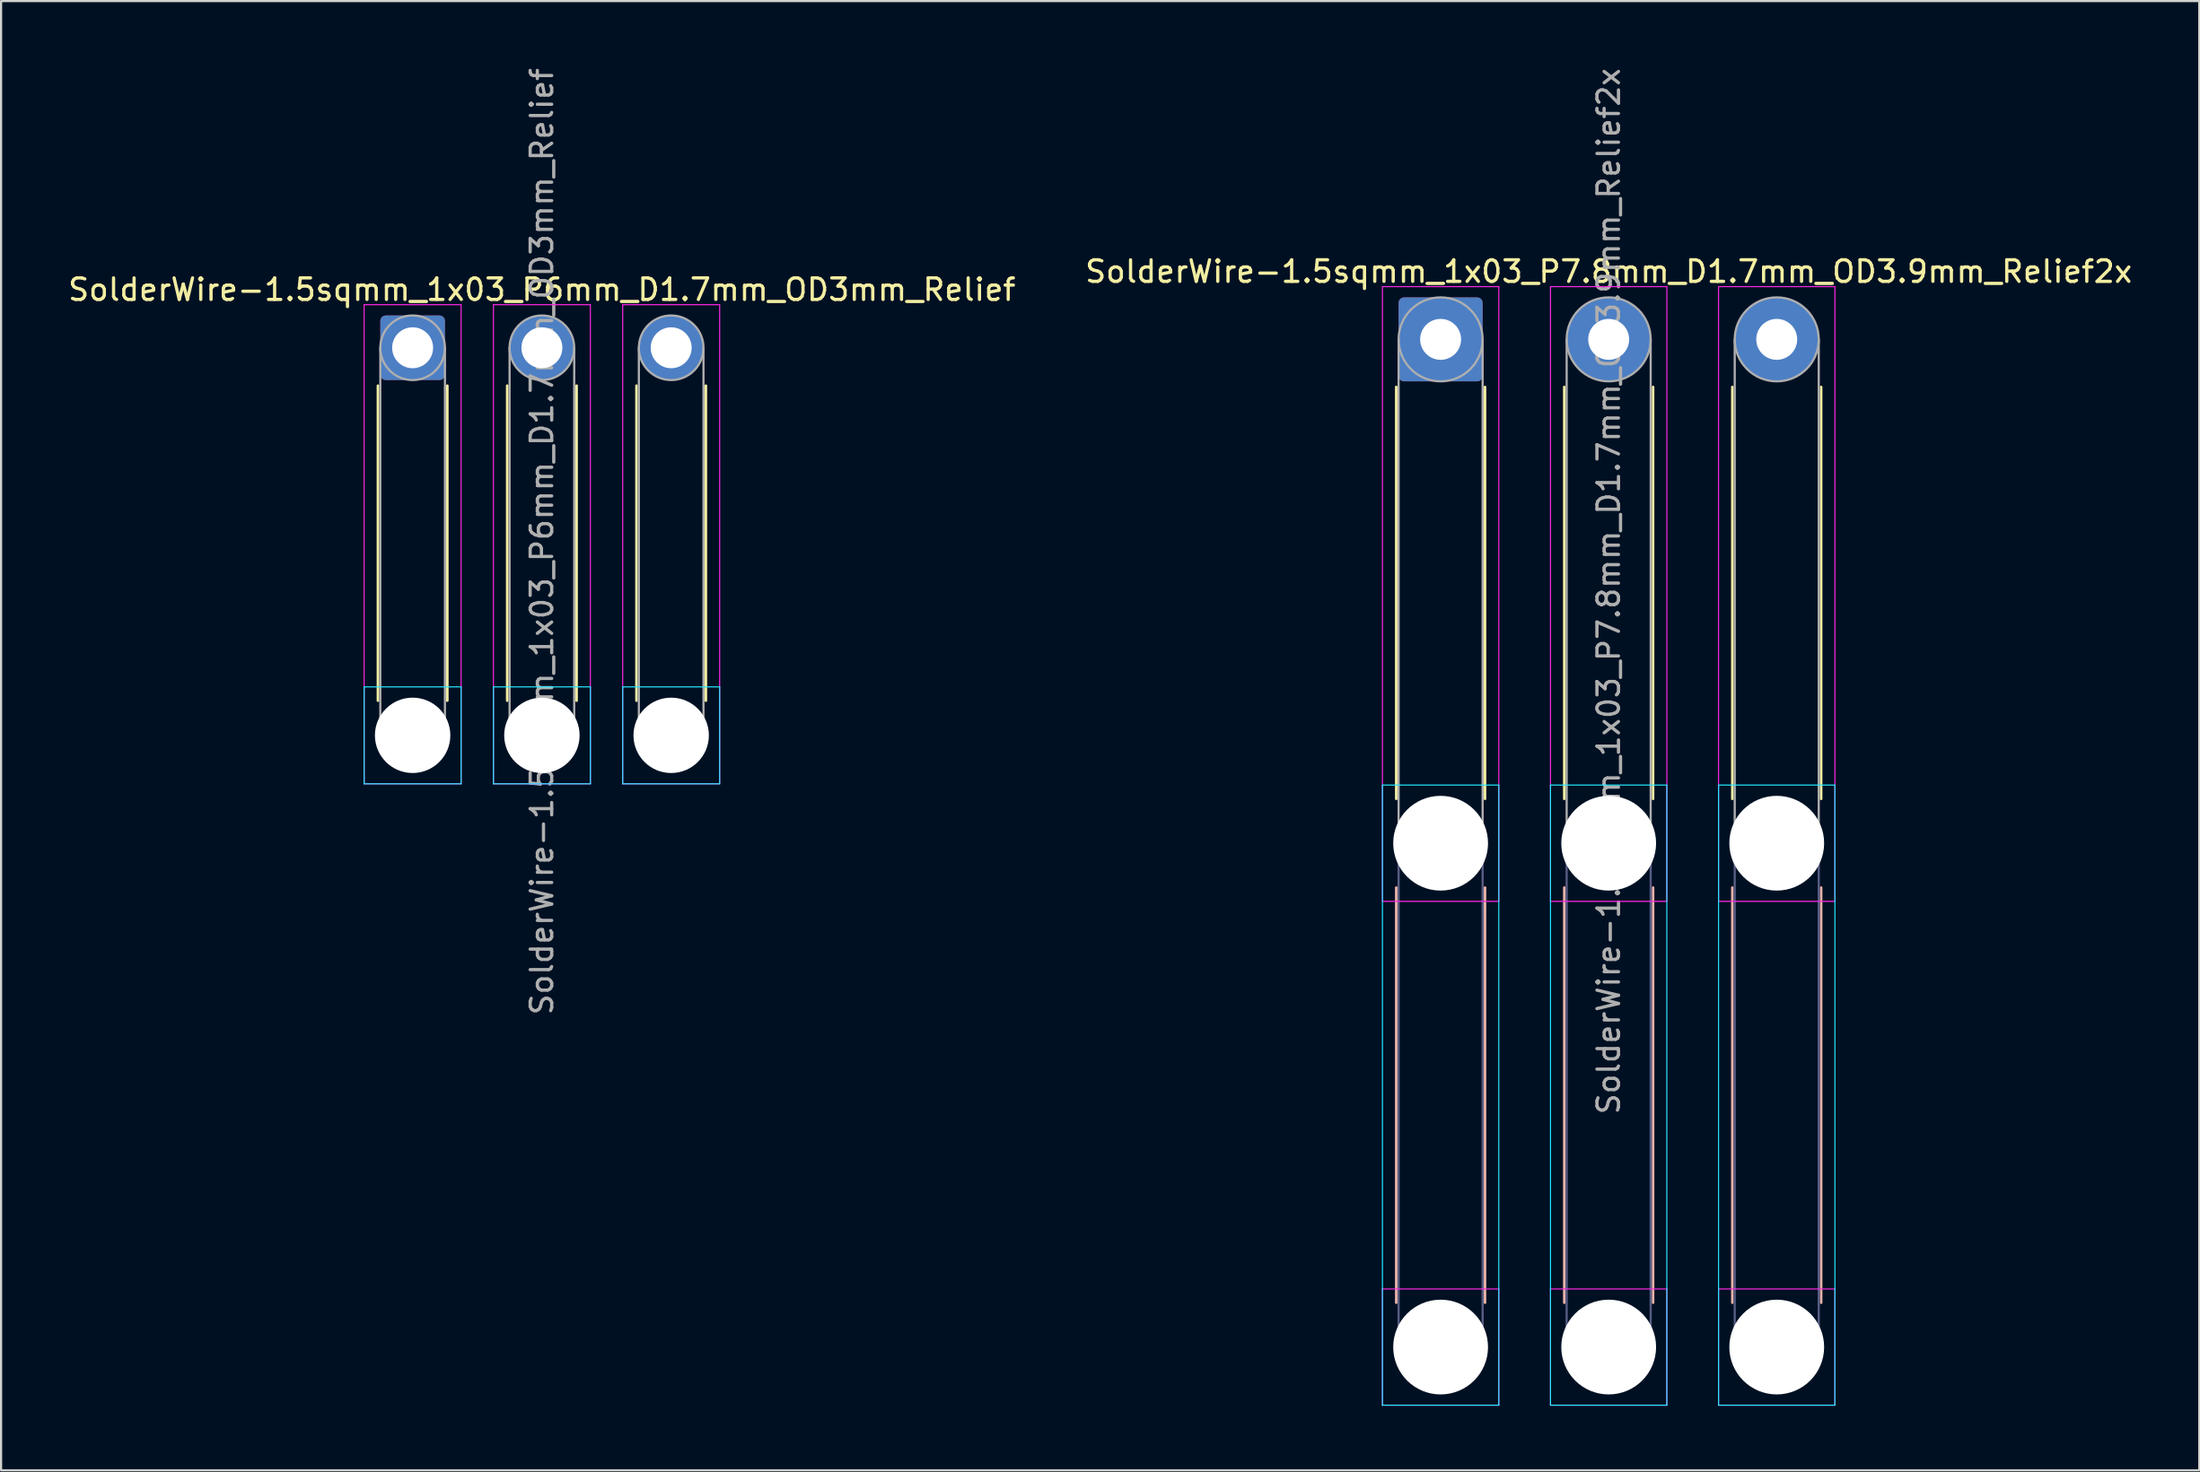
<source format=kicad_pcb>
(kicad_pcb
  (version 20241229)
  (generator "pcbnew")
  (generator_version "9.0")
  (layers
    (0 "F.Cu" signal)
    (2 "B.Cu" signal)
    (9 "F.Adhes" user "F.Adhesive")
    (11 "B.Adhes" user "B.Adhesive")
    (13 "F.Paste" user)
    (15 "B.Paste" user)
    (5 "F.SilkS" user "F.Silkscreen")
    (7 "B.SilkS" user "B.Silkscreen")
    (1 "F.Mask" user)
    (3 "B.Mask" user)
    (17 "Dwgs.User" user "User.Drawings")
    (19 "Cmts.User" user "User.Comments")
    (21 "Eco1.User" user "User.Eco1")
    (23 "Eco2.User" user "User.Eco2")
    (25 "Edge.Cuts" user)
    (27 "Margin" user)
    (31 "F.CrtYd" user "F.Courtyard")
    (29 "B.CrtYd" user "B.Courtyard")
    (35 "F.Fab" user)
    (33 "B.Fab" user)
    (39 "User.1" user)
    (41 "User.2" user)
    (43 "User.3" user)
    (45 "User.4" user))
  (footprint "SolderWire-1.5sqmm_1x03_P7.8mm_D1.7mm_OD3.9mm_Relief2x"
    (layer "F.Cu")
    (at 63.813 12.711)
    (property "Reference" "SolderWire-1.5sqmm_1x03_P7.8mm_D1.7mm_OD3.9mm_Relief2x" (at 7.8 -3.15 0) (layer "F.SilkS") (effects (font (size 1 1) (thickness 0.15))))
    (attr exclude_from_pos_files exclude_from_bom)
    (fp_line (start -2.06 2.21) (end -2.06 21.34) (stroke (width 0.12) (type solid)) (layer "F.SilkS"))
    (fp_line (start 2.06 2.21) (end 2.06 21.34) (stroke (width 0.12) (type solid)) (layer "F.SilkS"))
    (fp_line (start 5.74 2.21) (end 5.74 21.34) (stroke (width 0.12) (type solid)) (layer "F.SilkS"))
    (fp_line (start 9.86 2.21) (end 9.86 21.34) (stroke (width 0.12) (type solid)) (layer "F.SilkS"))
    (fp_line (start 13.54 2.21) (end 13.54 21.34) (stroke (width 0.12) (type solid)) (layer "F.SilkS"))
    (fp_line (start 17.66 2.21) (end 17.66 21.34) (stroke (width 0.12) (type solid)) (layer "F.SilkS"))
    (fp_line (start -2.06 25.46) (end -2.06 44.74) (stroke (width 0.12) (type solid)) (layer "B.SilkS"))
    (fp_line (start 2.06 25.46) (end 2.06 44.74) (stroke (width 0.12) (type solid)) (layer "B.SilkS"))
    (fp_line (start 5.74 25.46) (end 5.74 44.74) (stroke (width 0.12) (type solid)) (layer "B.SilkS"))
    (fp_line (start 9.86 25.46) (end 9.86 44.74) (stroke (width 0.12) (type solid)) (layer "B.SilkS"))
    (fp_line (start 13.54 25.46) (end 13.54 44.74) (stroke (width 0.12) (type solid)) (layer "B.SilkS"))
    (fp_line (start 17.66 25.46) (end 17.66 44.74) (stroke (width 0.12) (type solid)) (layer "B.SilkS"))
    (fp_line (start -2.7 20.7) (end -2.7 49.5) (stroke (width 0.05) (type solid)) (layer "B.CrtYd"))
    (fp_line (start -2.7 49.5) (end 2.7 49.5) (stroke (width 0.05) (type solid)) (layer "B.CrtYd"))
    (fp_line (start 2.7 20.7) (end -2.7 20.7) (stroke (width 0.05) (type solid)) (layer "B.CrtYd"))
    (fp_line (start 2.7 49.5) (end 2.7 20.7) (stroke (width 0.05) (type solid)) (layer "B.CrtYd"))
    (fp_line (start 5.1 20.7) (end 5.1 49.5) (stroke (width 0.05) (type solid)) (layer "B.CrtYd"))
    (fp_line (start 5.1 49.5) (end 10.5 49.5) (stroke (width 0.05) (type solid)) (layer "B.CrtYd"))
    (fp_line (start 10.5 20.7) (end 5.1 20.7) (stroke (width 0.05) (type solid)) (layer "B.CrtYd"))
    (fp_line (start 10.5 49.5) (end 10.5 20.7) (stroke (width 0.05) (type solid)) (layer "B.CrtYd"))
    (fp_line (start 12.9 20.7) (end 12.9 49.5) (stroke (width 0.05) (type solid)) (layer "B.CrtYd"))
    (fp_line (start 12.9 49.5) (end 18.3 49.5) (stroke (width 0.05) (type solid)) (layer "B.CrtYd"))
    (fp_line (start 18.3 20.7) (end 12.9 20.7) (stroke (width 0.05) (type solid)) (layer "B.CrtYd"))
    (fp_line (start 18.3 49.5) (end 18.3 20.7) (stroke (width 0.05) (type solid)) (layer "B.CrtYd"))
    (fp_line (start -2.7 -2.45) (end -2.7 26.1) (stroke (width 0.05) (type solid)) (layer "F.CrtYd"))
    (fp_line (start -2.7 26.1) (end 2.7 26.1) (stroke (width 0.05) (type solid)) (layer "F.CrtYd"))
    (fp_line (start -2.7 44.1) (end -2.7 49.5) (stroke (width 0.05) (type solid)) (layer "F.CrtYd"))
    (fp_line (start -2.7 49.5) (end 2.7 49.5) (stroke (width 0.05) (type solid)) (layer "F.CrtYd"))
    (fp_line (start 2.7 -2.45) (end -2.7 -2.45) (stroke (width 0.05) (type solid)) (layer "F.CrtYd"))
    (fp_line (start 2.7 26.1) (end 2.7 -2.45) (stroke (width 0.05) (type solid)) (layer "F.CrtYd"))
    (fp_line (start 2.7 44.1) (end -2.7 44.1) (stroke (width 0.05) (type solid)) (layer "F.CrtYd"))
    (fp_line (start 2.7 49.5) (end 2.7 44.1) (stroke (width 0.05) (type solid)) (layer "F.CrtYd"))
    (fp_line (start 5.1 -2.45) (end 5.1 26.1) (stroke (width 0.05) (type solid)) (layer "F.CrtYd"))
    (fp_line (start 5.1 26.1) (end 10.5 26.1) (stroke (width 0.05) (type solid)) (layer "F.CrtYd"))
    (fp_line (start 5.1 44.1) (end 5.1 49.5) (stroke (width 0.05) (type solid)) (layer "F.CrtYd"))
    (fp_line (start 5.1 49.5) (end 10.5 49.5) (stroke (width 0.05) (type solid)) (layer "F.CrtYd"))
    (fp_line (start 10.5 -2.45) (end 5.1 -2.45) (stroke (width 0.05) (type solid)) (layer "F.CrtYd"))
    (fp_line (start 10.5 26.1) (end 10.5 -2.45) (stroke (width 0.05) (type solid)) (layer "F.CrtYd"))
    (fp_line (start 10.5 44.1) (end 5.1 44.1) (stroke (width 0.05) (type solid)) (layer "F.CrtYd"))
    (fp_line (start 10.5 49.5) (end 10.5 44.1) (stroke (width 0.05) (type solid)) (layer "F.CrtYd"))
    (fp_line (start 12.9 -2.45) (end 12.9 26.1) (stroke (width 0.05) (type solid)) (layer "F.CrtYd"))
    (fp_line (start 12.9 26.1) (end 18.3 26.1) (stroke (width 0.05) (type solid)) (layer "F.CrtYd"))
    (fp_line (start 12.9 44.1) (end 12.9 49.5) (stroke (width 0.05) (type solid)) (layer "F.CrtYd"))
    (fp_line (start 12.9 49.5) (end 18.3 49.5) (stroke (width 0.05) (type solid)) (layer "F.CrtYd"))
    (fp_line (start 18.3 -2.45) (end 12.9 -2.45) (stroke (width 0.05) (type solid)) (layer "F.CrtYd"))
    (fp_line (start 18.3 26.1) (end 18.3 -2.45) (stroke (width 0.05) (type solid)) (layer "F.CrtYd"))
    (fp_line (start 18.3 44.1) (end 12.9 44.1) (stroke (width 0.05) (type solid)) (layer "F.CrtYd"))
    (fp_line (start 18.3 49.5) (end 18.3 44.1) (stroke (width 0.05) (type solid)) (layer "F.CrtYd"))
    (fp_line (start -1.95 23.4) (end -1.95 46.8) (stroke (width 0.1) (type solid)) (layer "B.Fab"))
    (fp_line (start 1.95 23.4) (end 1.95 46.8) (stroke (width 0.1) (type solid)) (layer "B.Fab"))
    (fp_line (start 5.85 23.4) (end 5.85 46.8) (stroke (width 0.1) (type solid)) (layer "B.Fab"))
    (fp_line (start 9.75 23.4) (end 9.75 46.8) (stroke (width 0.1) (type solid)) (layer "B.Fab"))
    (fp_line (start 13.65 23.4) (end 13.65 46.8) (stroke (width 0.1) (type solid)) (layer "B.Fab"))
    (fp_line (start 17.55 23.4) (end 17.55 46.8) (stroke (width 0.1) (type solid)) (layer "B.Fab"))
    (fp_circle (center 0 23.4) (end 1.95 23.4) (stroke (width 0.1) (type solid)) (fill no) (layer "B.Fab"))
    (fp_circle (center 0 46.8) (end 1.95 46.8) (stroke (width 0.1) (type solid)) (fill no) (layer "B.Fab"))
    (fp_circle (center 7.8 23.4) (end 9.75 23.4) (stroke (width 0.1) (type solid)) (fill no) (layer "B.Fab"))
    (fp_circle (center 7.8 46.8) (end 9.75 46.8) (stroke (width 0.1) (type solid)) (fill no) (layer "B.Fab"))
    (fp_circle (center 15.6 23.4) (end 17.55 23.4) (stroke (width 0.1) (type solid)) (fill no) (layer "B.Fab"))
    (fp_circle (center 15.6 46.8) (end 17.55 46.8) (stroke (width 0.1) (type solid)) (fill no) (layer "B.Fab"))
    (fp_line (start -1.95 0) (end -1.95 23.4) (stroke (width 0.1) (type solid)) (layer "F.Fab"))
    (fp_line (start 1.95 0) (end 1.95 23.4) (stroke (width 0.1) (type solid)) (layer "F.Fab"))
    (fp_line (start 5.85 0) (end 5.85 23.4) (stroke (width 0.1) (type solid)) (layer "F.Fab"))
    (fp_line (start 9.75 0) (end 9.75 23.4) (stroke (width 0.1) (type solid)) (layer "F.Fab"))
    (fp_line (start 13.65 0) (end 13.65 23.4) (stroke (width 0.1) (type solid)) (layer "F.Fab"))
    (fp_line (start 17.55 0) (end 17.55 23.4) (stroke (width 0.1) (type solid)) (layer "F.Fab"))
    (fp_circle (center 0 0) (end 1.95 0) (stroke (width 0.1) (type solid)) (fill no) (layer "F.Fab"))
    (fp_circle (center 0 23.4) (end 1.95 23.4) (stroke (width 0.1) (type solid)) (fill no) (layer "F.Fab"))
    (fp_circle (center 0 46.8) (end 1.95 46.8) (stroke (width 0.1) (type solid)) (fill no) (layer "F.Fab"))
    (fp_circle (center 7.8 0) (end 9.75 0) (stroke (width 0.1) (type solid)) (fill no) (layer "F.Fab"))
    (fp_circle (center 7.8 23.4) (end 9.75 23.4) (stroke (width 0.1) (type solid)) (fill no) (layer "F.Fab"))
    (fp_circle (center 7.8 46.8) (end 9.75 46.8) (stroke (width 0.1) (type solid)) (fill no) (layer "F.Fab"))
    (fp_circle (center 15.6 0) (end 17.55 0) (stroke (width 0.1) (type solid)) (fill no) (layer "F.Fab"))
    (fp_circle (center 15.6 23.4) (end 17.55 23.4) (stroke (width 0.1) (type solid)) (fill no) (layer "F.Fab"))
    (fp_circle (center 15.6 46.8) (end 17.55 46.8) (stroke (width 0.1) (type solid)) (fill no) (layer "F.Fab"))
    (fp_text user "${REFERENCE}" (at 7.8 11.7 90) (layer "F.Fab") (effects (font (size 1 1) (thickness 0.15))))
    (pad "" np_thru_hole circle (at 0 23.4) (size 4.4 4.4) (drill 4.4) (layers "*.Cu" "*.Mask"))
    (pad "" np_thru_hole circle (at 0 46.8) (size 4.4 4.4) (drill 4.4) (layers "*.Cu" "*.Mask"))
    (pad "" np_thru_hole circle (at 7.8 23.4) (size 4.4 4.4) (drill 4.4) (layers "*.Cu" "*.Mask"))
    (pad "" np_thru_hole circle (at 7.8 46.8) (size 4.4 4.4) (drill 4.4) (layers "*.Cu" "*.Mask"))
    (pad "" np_thru_hole circle (at 15.6 23.4) (size 4.4 4.4) (drill 4.4) (layers "*.Cu" "*.Mask"))
    (pad "" np_thru_hole circle (at 15.6 46.8) (size 4.4 4.4) (drill 4.4) (layers "*.Cu" "*.Mask"))
    (pad "1" thru_hole roundrect (at 0 0) (size 3.9 3.9) (drill 1.9) (layers "*.Cu" "*.Mask") (roundrect_rratio 0.064))
    (pad "2" thru_hole circle (at 7.8 0) (size 3.9 3.9) (drill 1.9) (layers "*.Cu" "*.Mask"))
    (pad "3" thru_hole circle (at 15.6 0) (size 3.9 3.9) (drill 1.9) (layers "*.Cu" "*.Mask")))
  (footprint "SolderWire-1.5sqmm_1x03_P6mm_D1.7mm_OD3mm_Relief"
    (layer "F.Cu")
    (at 16.101 13.101)
    (property "Reference" "SolderWire-1.5sqmm_1x03_P6mm_D1.7mm_OD3mm_Relief" (at 6 -2.7 0) (layer "F.SilkS") (effects (font (size 1 1) (thickness 0.15))))
    (attr exclude_from_pos_files exclude_from_bom)
    (fp_line (start -1.61 1.76) (end -1.61 16.39) (stroke (width 0.12) (type solid)) (layer "F.SilkS"))
    (fp_line (start 1.61 1.76) (end 1.61 16.39) (stroke (width 0.12) (type solid)) (layer "F.SilkS"))
    (fp_line (start 4.39 1.76) (end 4.39 16.39) (stroke (width 0.12) (type solid)) (layer "F.SilkS"))
    (fp_line (start 7.61 1.76) (end 7.61 16.39) (stroke (width 0.12) (type solid)) (layer "F.SilkS"))
    (fp_line (start 10.39 1.76) (end 10.39 16.39) (stroke (width 0.12) (type solid)) (layer "F.SilkS"))
    (fp_line (start 13.61 1.76) (end 13.61 16.39) (stroke (width 0.12) (type solid)) (layer "F.SilkS"))
    (fp_line (start -2.25 15.75) (end -2.25 20.25) (stroke (width 0.05) (type solid)) (layer "B.CrtYd"))
    (fp_line (start -2.25 20.25) (end 2.25 20.25) (stroke (width 0.05) (type solid)) (layer "B.CrtYd"))
    (fp_line (start 2.25 15.75) (end -2.25 15.75) (stroke (width 0.05) (type solid)) (layer "B.CrtYd"))
    (fp_line (start 2.25 20.25) (end 2.25 15.75) (stroke (width 0.05) (type solid)) (layer "B.CrtYd"))
    (fp_line (start 3.75 15.75) (end 3.75 20.25) (stroke (width 0.05) (type solid)) (layer "B.CrtYd"))
    (fp_line (start 3.75 20.25) (end 8.25 20.25) (stroke (width 0.05) (type solid)) (layer "B.CrtYd"))
    (fp_line (start 8.25 15.75) (end 3.75 15.75) (stroke (width 0.05) (type solid)) (layer "B.CrtYd"))
    (fp_line (start 8.25 20.25) (end 8.25 15.75) (stroke (width 0.05) (type solid)) (layer "B.CrtYd"))
    (fp_line (start 9.75 15.75) (end 9.75 20.25) (stroke (width 0.05) (type solid)) (layer "B.CrtYd"))
    (fp_line (start 9.75 20.25) (end 14.25 20.25) (stroke (width 0.05) (type solid)) (layer "B.CrtYd"))
    (fp_line (start 14.25 15.75) (end 9.75 15.75) (stroke (width 0.05) (type solid)) (layer "B.CrtYd"))
    (fp_line (start 14.25 20.25) (end 14.25 15.75) (stroke (width 0.05) (type solid)) (layer "B.CrtYd"))
    (fp_line (start -2.25 -2) (end -2.25 20.25) (stroke (width 0.05) (type solid)) (layer "F.CrtYd"))
    (fp_line (start -2.25 20.25) (end 2.25 20.25) (stroke (width 0.05) (type solid)) (layer "F.CrtYd"))
    (fp_line (start 2.25 -2) (end -2.25 -2) (stroke (width 0.05) (type solid)) (layer "F.CrtYd"))
    (fp_line (start 2.25 20.25) (end 2.25 -2) (stroke (width 0.05) (type solid)) (layer "F.CrtYd"))
    (fp_line (start 3.75 -2) (end 3.75 20.25) (stroke (width 0.05) (type solid)) (layer "F.CrtYd"))
    (fp_line (start 3.75 20.25) (end 8.25 20.25) (stroke (width 0.05) (type solid)) (layer "F.CrtYd"))
    (fp_line (start 8.25 -2) (end 3.75 -2) (stroke (width 0.05) (type solid)) (layer "F.CrtYd"))
    (fp_line (start 8.25 20.25) (end 8.25 -2) (stroke (width 0.05) (type solid)) (layer "F.CrtYd"))
    (fp_line (start 9.75 -2) (end 9.75 20.25) (stroke (width 0.05) (type solid)) (layer "F.CrtYd"))
    (fp_line (start 9.75 20.25) (end 14.25 20.25) (stroke (width 0.05) (type solid)) (layer "F.CrtYd"))
    (fp_line (start 14.25 -2) (end 9.75 -2) (stroke (width 0.05) (type solid)) (layer "F.CrtYd"))
    (fp_line (start 14.25 20.25) (end 14.25 -2) (stroke (width 0.05) (type solid)) (layer "F.CrtYd"))
    (fp_line (start -1.5 0) (end -1.5 18) (stroke (width 0.1) (type solid)) (layer "F.Fab"))
    (fp_line (start 1.5 0) (end 1.5 18) (stroke (width 0.1) (type solid)) (layer "F.Fab"))
    (fp_line (start 4.5 0) (end 4.5 18) (stroke (width 0.1) (type solid)) (layer "F.Fab"))
    (fp_line (start 7.5 0) (end 7.5 18) (stroke (width 0.1) (type solid)) (layer "F.Fab"))
    (fp_line (start 10.5 0) (end 10.5 18) (stroke (width 0.1) (type solid)) (layer "F.Fab"))
    (fp_line (start 13.5 0) (end 13.5 18) (stroke (width 0.1) (type solid)) (layer "F.Fab"))
    (fp_circle (center 0 0) (end 1.5 0) (stroke (width 0.1) (type solid)) (fill no) (layer "F.Fab"))
    (fp_circle (center 0 18) (end 1.5 18) (stroke (width 0.1) (type solid)) (fill no) (layer "F.Fab"))
    (fp_circle (center 6 0) (end 7.5 0) (stroke (width 0.1) (type solid)) (fill no) (layer "F.Fab"))
    (fp_circle (center 6 18) (end 7.5 18) (stroke (width 0.1) (type solid)) (fill no) (layer "F.Fab"))
    (fp_circle (center 12 0) (end 13.5 0) (stroke (width 0.1) (type solid)) (fill no) (layer "F.Fab"))
    (fp_circle (center 12 18) (end 13.5 18) (stroke (width 0.1) (type solid)) (fill no) (layer "F.Fab"))
    (fp_text user "${REFERENCE}" (at 6 9 90) (layer "F.Fab") (effects (font (size 1 1) (thickness 0.15))))
    (pad "" np_thru_hole circle (at 0 18) (size 3.5 3.5) (drill 3.5) (layers "*.Cu" "*.Mask"))
    (pad "" np_thru_hole circle (at 6 18) (size 3.5 3.5) (drill 3.5) (layers "*.Cu" "*.Mask"))
    (pad "" np_thru_hole circle (at 12 18) (size 3.5 3.5) (drill 3.5) (layers "*.Cu" "*.Mask"))
    (pad "1" thru_hole roundrect (at 0 0) (size 3 3) (drill 1.9) (layers "*.Cu" "*.Mask") (roundrect_rratio 0.083))
    (pad "2" thru_hole circle (at 6 0) (size 3 3) (drill 1.9) (layers "*.Cu" "*.Mask"))
    (pad "3" thru_hole circle (at 12 0) (size 3 3) (drill 1.9) (layers "*.Cu" "*.Mask")))
  (gr_rect
    (start -3 -3)
    (end 99.024 65.236)
    (stroke (width 0.1) (type default))
    (fill no)
    (layer "Edge.Cuts")))
</source>
